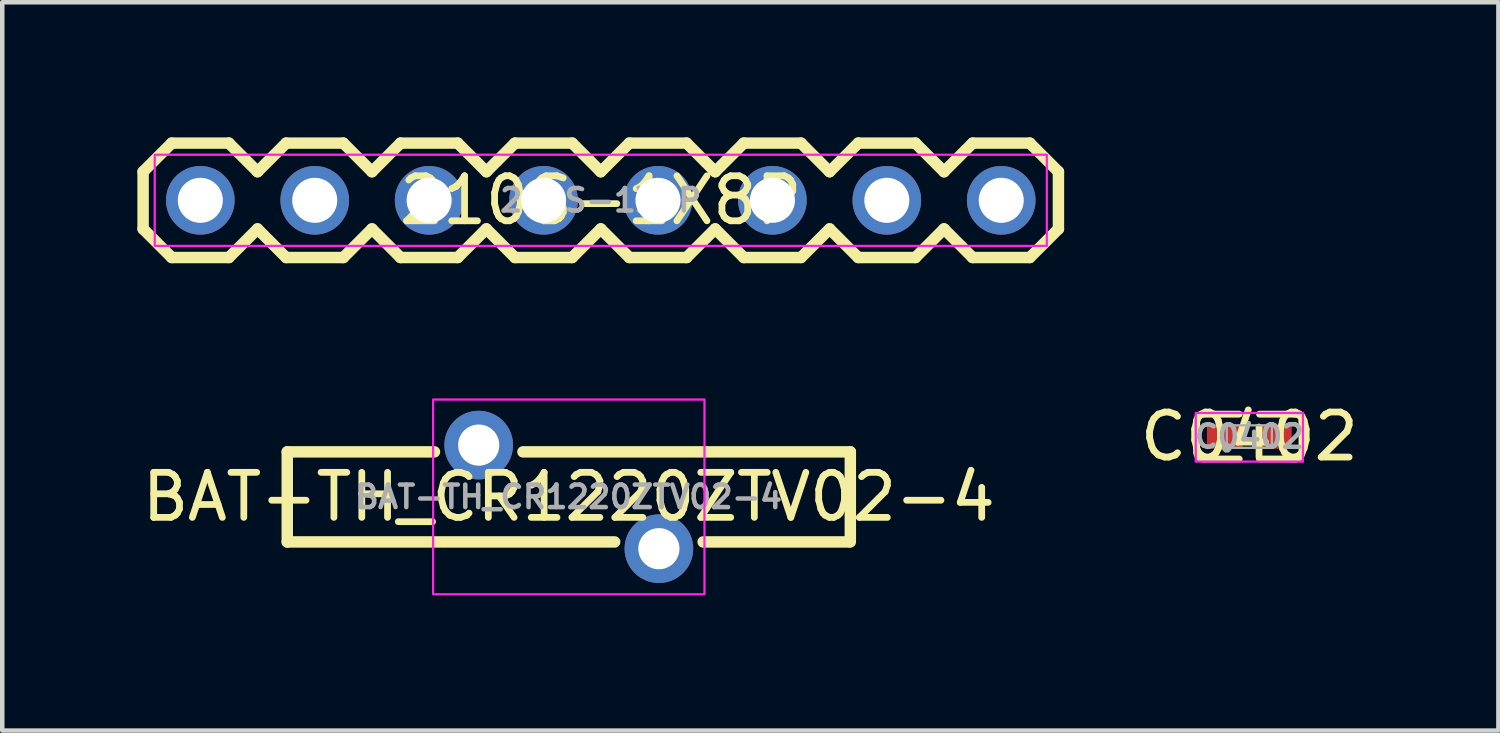
<source format=kicad_pcb>
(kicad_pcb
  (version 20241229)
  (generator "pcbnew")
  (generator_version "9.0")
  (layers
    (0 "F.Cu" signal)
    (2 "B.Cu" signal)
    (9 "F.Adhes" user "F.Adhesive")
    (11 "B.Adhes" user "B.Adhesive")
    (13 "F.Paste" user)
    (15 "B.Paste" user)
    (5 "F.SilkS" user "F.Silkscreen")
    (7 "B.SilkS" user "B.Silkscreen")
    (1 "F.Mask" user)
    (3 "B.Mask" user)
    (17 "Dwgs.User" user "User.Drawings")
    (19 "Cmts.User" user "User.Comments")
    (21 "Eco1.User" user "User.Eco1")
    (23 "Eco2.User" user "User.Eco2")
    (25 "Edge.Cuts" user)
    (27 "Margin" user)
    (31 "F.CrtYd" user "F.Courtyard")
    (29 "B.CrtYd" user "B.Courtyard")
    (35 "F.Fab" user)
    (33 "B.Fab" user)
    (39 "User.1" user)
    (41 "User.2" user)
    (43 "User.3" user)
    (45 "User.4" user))
  (footprint "BAT-TH_CR1220ZTV02-4"
    (layer "F.Cu")
    (at 9.577 7.981)
    (property "Reference" "BAT-TH_CR1220ZTV02-4" (at 0 0 0) (layer "F.SilkS") (effects (font (size 1 1) (thickness 0.15))))
    (fp_line (start -6.25 -1) (end -6.25 1) (stroke (width 0.254) (type default)) (layer "F.SilkS"))
    (fp_line (start -6.25 -1) (end -2.982 -1) (stroke (width 0.254) (type default)) (layer "F.SilkS"))
    (fp_line (start -6.25 1) (end 1.018 1) (stroke (width 0.254) (type default)) (layer "F.SilkS"))
    (fp_line (start -1.018 -1) (end 6.25 -1) (stroke (width 0.254) (type default)) (layer "F.SilkS"))
    (fp_line (start 2.982 1) (end 6.223 1) (stroke (width 0.254) (type default)) (layer "F.SilkS"))
    (fp_line (start 6.25 -1) (end 6.25 1) (stroke (width 0.254) (type default)) (layer "F.SilkS"))
    (fp_rect (start -3.012 -2.162) (end 3.012 2.162) (stroke (width 0.05) (type default)) (fill no) (layer "F.CrtYd"))
    (fp_text user "${REFERENCE}" (at 0 0 0) (layer "F.Fab") (effects (font (size 0.5 0.5) (thickness 0.1))))
    (pad "1" thru_hole circle (at 2 1.15) (size 1.524 1.524) (drill 0.914) (layers "*.Cu" "*.Mask"))
    (pad "2" thru_hole circle (at -2 -1.15) (size 1.524 1.524) (drill 0.914) (layers "*.Cu" "*.Mask")))
  (footprint "210S-1X8P"
    (layer "F.Cu")
    (at 10.287 1.397)
    (property "Reference" "210S-1X8P" (at 0 0 0) (layer "F.SilkS") (effects (font (size 1 1) (thickness 0.15))))
    (fp_line (start -10.16 -0.635) (end -10.16 0.635) (stroke (width 0.254) (type default)) (layer "F.SilkS"))
    (fp_line (start -9.525 -1.27) (end -10.16 -0.635) (stroke (width 0.254) (type default)) (layer "F.SilkS"))
    (fp_line (start -9.525 1.27) (end -10.16 0.635) (stroke (width 0.254) (type default)) (layer "F.SilkS"))
    (fp_line (start -8.255 -1.27) (end -9.525 -1.27) (stroke (width 0.254) (type default)) (layer "F.SilkS"))
    (fp_line (start -8.255 1.27) (end -9.525 1.27) (stroke (width 0.254) (type default)) (layer "F.SilkS"))
    (fp_line (start -7.62 -0.635) (end -8.255 -1.27) (stroke (width 0.254) (type default)) (layer "F.SilkS"))
    (fp_line (start -7.62 0.635) (end -8.255 1.27) (stroke (width 0.254) (type default)) (layer "F.SilkS"))
    (fp_line (start -6.985 -1.27) (end -7.62 -0.635) (stroke (width 0.254) (type default)) (layer "F.SilkS"))
    (fp_line (start -6.985 1.27) (end -7.62 0.635) (stroke (width 0.254) (type default)) (layer "F.SilkS"))
    (fp_line (start -5.715 -1.27) (end -6.985 -1.27) (stroke (width 0.254) (type default)) (layer "F.SilkS"))
    (fp_line (start -5.715 1.27) (end -6.985 1.27) (stroke (width 0.254) (type default)) (layer "F.SilkS"))
    (fp_line (start -5.08 -0.635) (end -5.715 -1.27) (stroke (width 0.254) (type default)) (layer "F.SilkS"))
    (fp_line (start -5.08 0.635) (end -5.715 1.27) (stroke (width 0.254) (type default)) (layer "F.SilkS"))
    (fp_line (start -4.445 -1.27) (end -5.08 -0.635) (stroke (width 0.254) (type default)) (layer "F.SilkS"))
    (fp_line (start -4.445 1.27) (end -5.08 0.635) (stroke (width 0.254) (type default)) (layer "F.SilkS"))
    (fp_line (start -3.175 -1.27) (end -4.445 -1.27) (stroke (width 0.254) (type default)) (layer "F.SilkS"))
    (fp_line (start -3.175 1.27) (end -4.445 1.27) (stroke (width 0.254) (type default)) (layer "F.SilkS"))
    (fp_line (start -2.54 -0.635) (end -3.175 -1.27) (stroke (width 0.254) (type default)) (layer "F.SilkS"))
    (fp_line (start -2.54 0.635) (end -3.175 1.27) (stroke (width 0.254) (type default)) (layer "F.SilkS"))
    (fp_line (start -1.905 -1.27) (end -2.54 -0.635) (stroke (width 0.254) (type default)) (layer "F.SilkS"))
    (fp_line (start -1.905 1.27) (end -2.54 0.635) (stroke (width 0.254) (type default)) (layer "F.SilkS"))
    (fp_line (start -0.635 -1.27) (end -1.905 -1.27) (stroke (width 0.254) (type default)) (layer "F.SilkS"))
    (fp_line (start -0.635 1.27) (end -1.905 1.27) (stroke (width 0.254) (type default)) (layer "F.SilkS"))
    (fp_line (start 0 -0.635) (end -0.635 -1.27) (stroke (width 0.254) (type default)) (layer "F.SilkS"))
    (fp_line (start 0 0.635) (end -0.635 1.27) (stroke (width 0.254) (type default)) (layer "F.SilkS"))
    (fp_line (start 0.635 -1.27) (end 0 -0.635) (stroke (width 0.254) (type default)) (layer "F.SilkS"))
    (fp_line (start 0.635 1.27) (end 0 0.635) (stroke (width 0.254) (type default)) (layer "F.SilkS"))
    (fp_line (start 1.905 -1.27) (end 0.635 -1.27) (stroke (width 0.254) (type default)) (layer "F.SilkS"))
    (fp_line (start 1.905 1.27) (end 0.635 1.27) (stroke (width 0.254) (type default)) (layer "F.SilkS"))
    (fp_line (start 2.54 -0.635) (end 1.905 -1.27) (stroke (width 0.254) (type default)) (layer "F.SilkS"))
    (fp_line (start 2.54 0.635) (end 1.905 1.27) (stroke (width 0.254) (type default)) (layer "F.SilkS"))
    (fp_line (start 3.175 -1.27) (end 2.54 -0.635) (stroke (width 0.254) (type default)) (layer "F.SilkS"))
    (fp_line (start 3.175 1.27) (end 2.54 0.635) (stroke (width 0.254) (type default)) (layer "F.SilkS"))
    (fp_line (start 4.445 -1.27) (end 3.175 -1.27) (stroke (width 0.254) (type default)) (layer "F.SilkS"))
    (fp_line (start 4.445 1.27) (end 3.175 1.27) (stroke (width 0.254) (type default)) (layer "F.SilkS"))
    (fp_line (start 5.08 -0.635) (end 4.445 -1.27) (stroke (width 0.254) (type default)) (layer "F.SilkS"))
    (fp_line (start 5.08 0.635) (end 4.445 1.27) (stroke (width 0.254) (type default)) (layer "F.SilkS"))
    (fp_line (start 5.715 -1.27) (end 5.08 -0.635) (stroke (width 0.254) (type default)) (layer "F.SilkS"))
    (fp_line (start 5.715 1.27) (end 5.08 0.635) (stroke (width 0.254) (type default)) (layer "F.SilkS"))
    (fp_line (start 6.985 -1.27) (end 5.715 -1.27) (stroke (width 0.254) (type default)) (layer "F.SilkS"))
    (fp_line (start 6.985 1.27) (end 5.715 1.27) (stroke (width 0.254) (type default)) (layer "F.SilkS"))
    (fp_line (start 7.62 -0.635) (end 6.985 -1.27) (stroke (width 0.254) (type default)) (layer "F.SilkS"))
    (fp_line (start 7.62 0.635) (end 6.985 1.27) (stroke (width 0.254) (type default)) (layer "F.SilkS"))
    (fp_line (start 8.255 -1.27) (end 7.62 -0.635) (stroke (width 0.254) (type default)) (layer "F.SilkS"))
    (fp_line (start 8.255 1.27) (end 7.62 0.635) (stroke (width 0.254) (type default)) (layer "F.SilkS"))
    (fp_line (start 9.525 -1.27) (end 8.255 -1.27) (stroke (width 0.254) (type default)) (layer "F.SilkS"))
    (fp_line (start 9.525 1.27) (end 8.255 1.27) (stroke (width 0.254) (type default)) (layer "F.SilkS"))
    (fp_line (start 10.16 -0.635) (end 9.525 -1.27) (stroke (width 0.254) (type default)) (layer "F.SilkS"))
    (fp_line (start 10.16 -0.635) (end 10.16 0.635) (stroke (width 0.254) (type default)) (layer "F.SilkS"))
    (fp_line (start 10.16 0.635) (end 9.525 1.27) (stroke (width 0.254) (type default)) (layer "F.SilkS"))
    (fp_rect (start -9.902 -1.012) (end 9.902 1.012) (stroke (width 0.05) (type default)) (fill no) (layer "F.CrtYd"))
    (fp_text user "${REFERENCE}" (at 0 0 0) (layer "F.Fab") (effects (font (size 0.5 0.5) (thickness 0.1))))
    (pad "1" thru_hole circle (at -8.89 0 180) (size 1.524 1.524) (drill 1) (layers "*.Cu" "*.Mask"))
    (pad "2" thru_hole circle (at -6.35 0 180) (size 1.524 1.524) (drill 1) (layers "*.Cu" "*.Mask"))
    (pad "3" thru_hole circle (at -3.81 0 180) (size 1.524 1.524) (drill 1) (layers "*.Cu" "*.Mask"))
    (pad "4" thru_hole circle (at -1.27 0 180) (size 1.524 1.524) (drill 1) (layers "*.Cu" "*.Mask"))
    (pad "5" thru_hole circle (at 1.27 0 180) (size 1.524 1.524) (drill 1) (layers "*.Cu" "*.Mask"))
    (pad "6" thru_hole circle (at 3.81 0 180) (size 1.524 1.524) (drill 1) (layers "*.Cu" "*.Mask"))
    (pad "7" thru_hole circle (at 6.35 0 180) (size 1.524 1.524) (drill 1) (layers "*.Cu" "*.Mask"))
    (pad "8" thru_hole circle (at 8.89 0 180) (size 1.524 1.524) (drill 1) (layers "*.Cu" "*.Mask")))
  (footprint "C0402"
    (layer "F.Cu")
    (at 24.685 6.642)
    (property "Reference" "C0402" (at 0 0 0) (layer "F.SilkS") (effects (font (size 1 1) (thickness 0.15))))
    (fp_line (start -1.169 0.346) (end -1.169 -0.346) (stroke (width 0.152) (type default)) (layer "F.SilkS"))
    (fp_line (start -1.016 -0.498) (end -0.226 -0.498) (stroke (width 0.152) (type default)) (layer "F.SilkS"))
    (fp_line (start -0.226 0.498) (end -1.016 0.498) (stroke (width 0.152) (type default)) (layer "F.SilkS"))
    (fp_line (start 0.226 0.498) (end 1.016 0.498) (stroke (width 0.152) (type default)) (layer "F.SilkS"))
    (fp_line (start 1.016 -0.498) (end 0.226 -0.498) (stroke (width 0.152) (type default)) (layer "F.SilkS"))
    (fp_line (start 1.169 0.346) (end 1.169 -0.346) (stroke (width 0.152) (type default)) (layer "F.SilkS"))
    (fp_arc (start -1.1685 -0.346) (mid -1.12398 -0.45348) (end -1.0165 -0.4985) (stroke (width 0.1525) (type default)) (layer "F.SilkS"))
    (fp_arc (start -1.0165 0.4985) (mid -1.124334 0.453834) (end -1.1685 0.346) (stroke (width 0.1525) (type default)) (layer "F.SilkS"))
    (fp_arc (start 1.0165 -0.4985) (mid 1.124334 -0.453834) (end 1.1685 -0.346) (stroke (width 0.1525) (type default)) (layer "F.SilkS"))
    (fp_arc (start 1.1685 0.346) (mid 1.12398 0.45348) (end 1.0165 0.4985) (stroke (width 0.1525) (type default)) (layer "F.SilkS"))
    (fp_poly (pts (xy -0.18 -0.225) (xy -0.18 0.225) (xy -0.25 0.275) (xy -0.73 0.275) (xy -0.78 0.225) (xy -0.78 -0.225) (xy -0.73 -0.275) (xy -0.25 -0.275)) (stroke (width 0) (type default)) (fill yes) (layer "F.Paste"))
    (fp_poly (pts (xy 0.78 -0.225) (xy 0.78 0.225) (xy 0.73 0.275) (xy 0.25 0.275) (xy 0.18 0.225) (xy 0.18 -0.225) (xy 0.25 -0.275) (xy 0.73 -0.275)) (stroke (width 0) (type default)) (fill yes) (layer "F.Paste"))
    (fp_rect (start -1.19 -0.525) (end 1.19 0.555) (stroke (width 0.05) (type default)) (fill no) (layer "F.CrtYd"))
    (fp_line (start -0.5 -0.25) (end 0.5 -0.25) (stroke (width 0.051) (type default)) (layer "F.Fab"))
    (fp_line (start -0.5 0.25) (end -0.5 -0.25) (stroke (width 0.051) (type default)) (layer "F.Fab"))
    (fp_line (start 0.5 -0.25) (end 0.5 0.25) (stroke (width 0.051) (type default)) (layer "F.Fab"))
    (fp_line (start 0.5 0.25) (end -0.5 0.25) (stroke (width 0.051) (type default)) (layer "F.Fab"))
    (fp_poly (pts (xy -0.445 0.227) (xy -0.477 0.195) (xy -0.523 0.195) (xy -0.555 0.227) (xy -0.555 0.273) (xy -0.523 0.305) (xy -0.477 0.305) (xy -0.445 0.273)) (stroke (width 0.1) (type default)) (fill no) (layer "F.Fab"))
    (fp_poly (pts (xy -0.5 0.25) (xy -0.5 -0.25) (xy -0.25 -0.25) (xy -0.25 0.25)) (stroke (width 0.1) (type default)) (fill no) (layer "User.1"))
    (fp_poly (pts (xy 0.5 0.25) (xy 0.5 -0.25) (xy 0.25 -0.25) (xy 0.25 0.25)) (stroke (width 0.1) (type default)) (fill no) (layer "User.1"))
    (fp_text user "${REFERENCE}" (at 0 0 0) (layer "F.Fab") (effects (font (size 0.5 0.5) (thickness 0.1))))
    (pad "1" smd rect (at -0.545 0) (size 0.79 0.54) (layers "F.Cu" "F.Mask" "F.Paste"))
    (pad "2" smd rect (at 0.545 0) (size 0.79 0.54) (layers "F.Cu" "F.Mask" "F.Paste")))
  (gr_rect
    (start -3 -3)
    (end 30.214 13.168)
    (stroke (width 0.1) (type default))
    (fill no)
    (layer "Edge.Cuts")))
</source>
